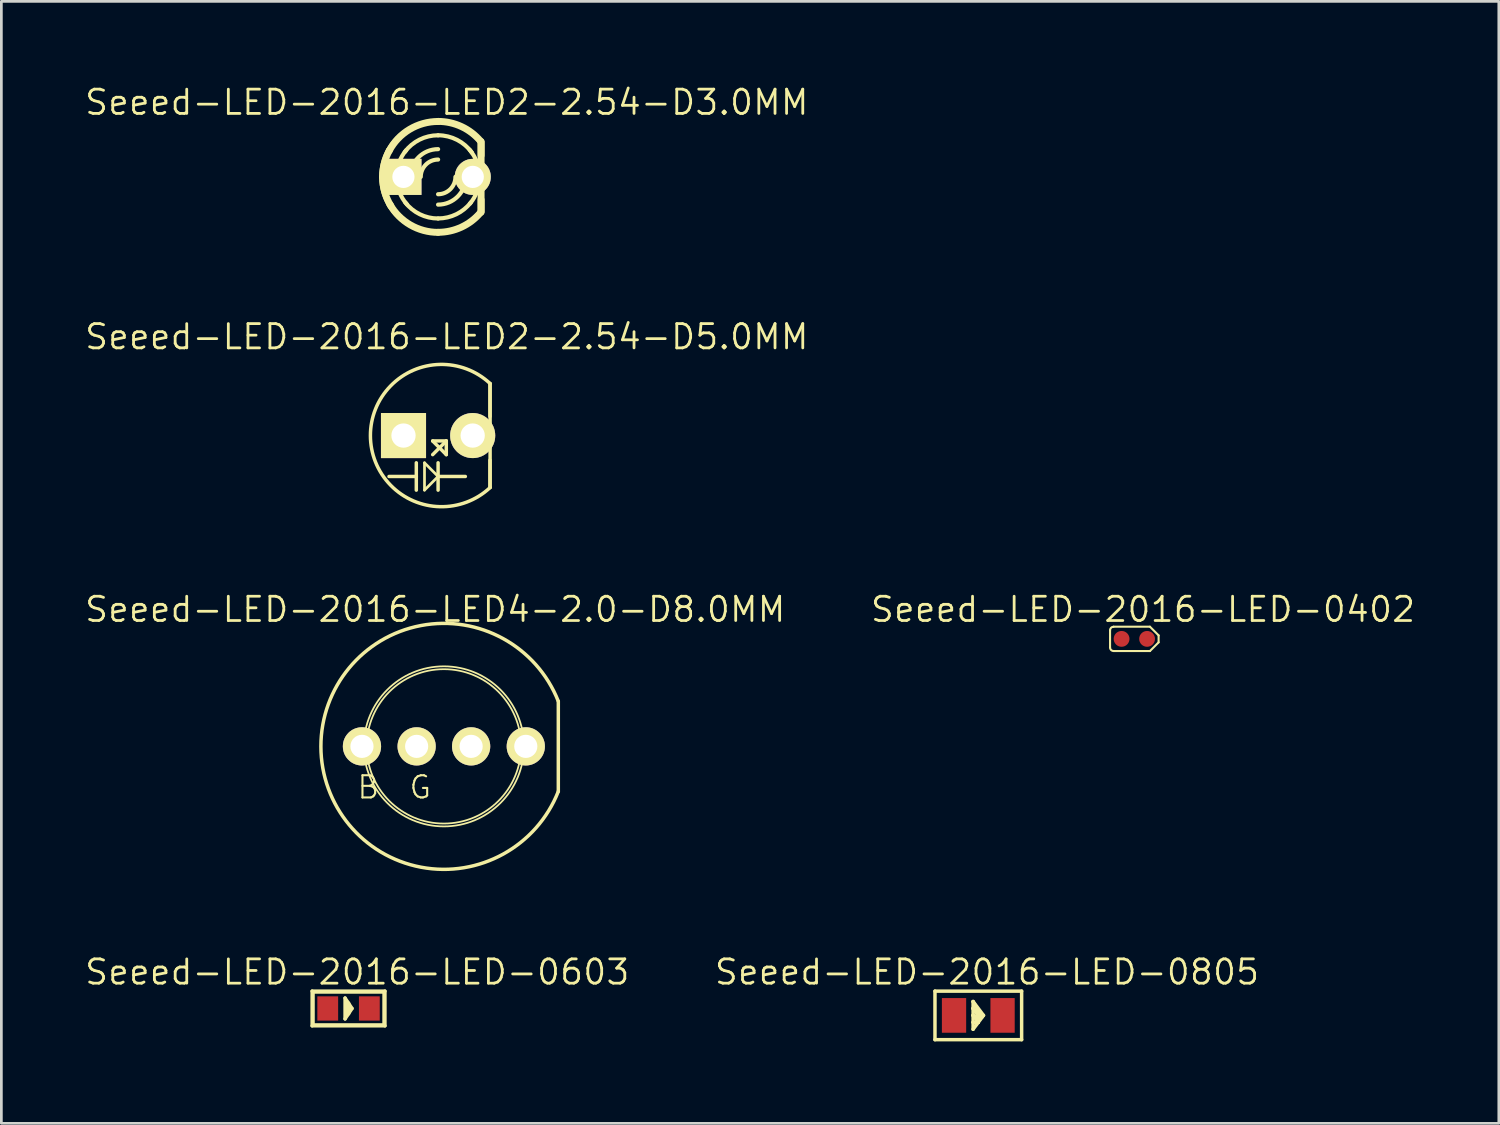
<source format=kicad_pcb>
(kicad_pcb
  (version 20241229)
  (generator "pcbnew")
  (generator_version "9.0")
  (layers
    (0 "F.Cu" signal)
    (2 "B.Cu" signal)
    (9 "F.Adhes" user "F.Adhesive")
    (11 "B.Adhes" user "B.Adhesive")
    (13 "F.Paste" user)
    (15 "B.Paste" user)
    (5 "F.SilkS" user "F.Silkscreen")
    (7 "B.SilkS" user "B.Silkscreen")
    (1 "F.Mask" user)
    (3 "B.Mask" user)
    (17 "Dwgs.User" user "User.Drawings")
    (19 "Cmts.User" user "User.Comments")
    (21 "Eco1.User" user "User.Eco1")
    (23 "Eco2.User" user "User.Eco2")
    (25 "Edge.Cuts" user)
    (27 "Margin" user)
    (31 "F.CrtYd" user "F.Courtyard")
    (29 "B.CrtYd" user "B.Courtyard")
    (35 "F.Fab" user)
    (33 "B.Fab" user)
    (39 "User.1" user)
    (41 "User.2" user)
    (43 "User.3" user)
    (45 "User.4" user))
  (footprint "Seeed-LED-2016-LED-0805"
    (layer "F.Cu")
    (at 32.782 34.141)
    (property "Reference" "Seeed-LED-2016-LED-0805" (at 0.318 -1.587 0) (layer "F.SilkS") (effects (font (size 0.889 0.889) (thickness 0.102))))
    (attr smd)
    (fp_line (start -1.587 -0.889) (end 1.587 -0.889) (stroke (width 0.066) (type solid)) (layer "F.SilkS"))
    (fp_line (start -1.587 -0.889) (end 1.587 -0.889) (stroke (width 0.127) (type solid)) (layer "F.SilkS"))
    (fp_line (start -1.587 0.889) (end -1.587 -0.889) (stroke (width 0.066) (type solid)) (layer "F.SilkS"))
    (fp_line (start -1.587 0.889) (end -1.587 -0.889) (stroke (width 0.127) (type solid)) (layer "F.SilkS"))
    (fp_line (start -1.587 0.889) (end 1.587 0.889) (stroke (width 0.066) (type solid)) (layer "F.SilkS"))
    (fp_line (start -0.191 -0.508) (end -0.191 -0.254) (stroke (width 0.127) (type solid)) (layer "F.SilkS"))
    (fp_line (start -0.191 -0.508) (end 0.127 0.064) (stroke (width 0.127) (type solid)) (layer "F.SilkS"))
    (fp_line (start -0.191 -0.254) (end -0.191 0) (stroke (width 0.127) (type solid)) (layer "F.SilkS"))
    (fp_line (start -0.191 -0.254) (end 0.064 0.127) (stroke (width 0.127) (type solid)) (layer "F.SilkS"))
    (fp_line (start -0.191 0) (end -0.191 0.254) (stroke (width 0.127) (type solid)) (layer "F.SilkS"))
    (fp_line (start -0.191 0) (end 0 0.254) (stroke (width 0.127) (type solid)) (layer "F.SilkS"))
    (fp_line (start -0.191 0.254) (end -0.191 0.508) (stroke (width 0.127) (type solid)) (layer "F.SilkS"))
    (fp_line (start -0.191 0.508) (end 0 0.254) (stroke (width 0.127) (type solid)) (layer "F.SilkS"))
    (fp_line (start 0 0.254) (end -0.191 0.254) (stroke (width 0.127) (type solid)) (layer "F.SilkS"))
    (fp_line (start 0 0.254) (end 0.191 0) (stroke (width 0.127) (type solid)) (layer "F.SilkS"))
    (fp_line (start 0.064 0.127) (end -0.191 0) (stroke (width 0.127) (type solid)) (layer "F.SilkS"))
    (fp_line (start 0.127 0.064) (end -0.191 -0.254) (stroke (width 0.127) (type solid)) (layer "F.SilkS"))
    (fp_line (start 0.191 0) (end -0.191 -0.508) (stroke (width 0.127) (type solid)) (layer "F.SilkS"))
    (fp_line (start 1.587 -0.889) (end 1.587 0.889) (stroke (width 0.127) (type solid)) (layer "F.SilkS"))
    (fp_line (start 1.587 0.889) (end -1.587 0.889) (stroke (width 0.127) (type solid)) (layer "F.SilkS"))
    (fp_line (start 1.587 0.889) (end 1.587 -0.889) (stroke (width 0.066) (type solid)) (layer "F.SilkS"))
    (pad "+" smd rect (at -0.889 0) (size 0.889 1.27) (layers "F.Cu" "F.Mask" "F.Paste"))
    (pad "-" smd rect (at 0.889 0) (size 0.889 1.27) (layers "F.Cu" "F.Mask" "F.Paste")))
  (footprint "Seeed-LED-2016-LED-0603"
    (layer "F.Cu")
    (at 9.716 33.887)
    (property "Reference" "Seeed-LED-2016-LED-0603" (at 0.318 -1.333 0) (layer "F.SilkS") (effects (font (size 0.889 0.889) (thickness 0.102))))
    (attr smd)
    (fp_line (start -1.333 -0.635) (end 1.333 -0.635) (stroke (width 0.127) (type solid)) (layer "F.SilkS"))
    (fp_line (start -1.333 0.635) (end -1.333 -0.635) (stroke (width 0.127) (type solid)) (layer "F.SilkS"))
    (fp_line (start -1.27 -0.572) (end 1.27 -0.572) (stroke (width 0.066) (type solid)) (layer "F.SilkS"))
    (fp_line (start -1.27 0.572) (end -1.27 -0.572) (stroke (width 0.066) (type solid)) (layer "F.SilkS"))
    (fp_line (start -1.27 0.572) (end 1.27 0.572) (stroke (width 0.066) (type solid)) (layer "F.SilkS"))
    (fp_line (start -0.127 -0.381) (end -0.127 0.381) (stroke (width 0.127) (type solid)) (layer "F.SilkS"))
    (fp_line (start -0.127 0.381) (end 0 0.191) (stroke (width 0.127) (type solid)) (layer "F.SilkS"))
    (fp_line (start -0.064 -0.254) (end -0.064 0.254) (stroke (width 0.127) (type solid)) (layer "F.SilkS"))
    (fp_line (start 0 -0.191) (end -0.127 -0.381) (stroke (width 0.127) (type solid)) (layer "F.SilkS"))
    (fp_line (start 0 -0.191) (end 0 0.191) (stroke (width 0.127) (type solid)) (layer "F.SilkS"))
    (fp_line (start 0 0.191) (end 0.127 0) (stroke (width 0.127) (type solid)) (layer "F.SilkS"))
    (fp_line (start 0.127 0) (end 0 -0.191) (stroke (width 0.127) (type solid)) (layer "F.SilkS"))
    (fp_line (start 1.27 0.572) (end 1.27 -0.572) (stroke (width 0.066) (type solid)) (layer "F.SilkS"))
    (fp_line (start 1.333 -0.635) (end 1.333 0.635) (stroke (width 0.127) (type solid)) (layer "F.SilkS"))
    (fp_line (start 1.333 0.635) (end -1.333 0.635) (stroke (width 0.127) (type solid)) (layer "F.SilkS"))
    (pad "+" smd rect (at -0.762 0) (size 0.762 0.889) (layers "F.Cu" "F.Mask" "F.Paste"))
    (pad "-" smd rect (at 0.762 0) (size 0.762 0.889) (layers "F.Cu" "F.Mask" "F.Paste")))
  (footprint "Seeed-LED-2016-LED2-2.54-D3.0MM"
    (layer "F.Cu")
    (at 12.996 3.429)
    (property "Reference" "Seeed-LED-2016-LED2-2.54-D3.0MM" (at 0.318 -2.731 0) (layer "F.SilkS") (effects (font (size 0.889 0.889) (thickness 0.102))))
    (attr exclude_from_pos_files exclude_from_bom)
    (fp_line (start 1.524 1.27) (end 1.524 -1.27) (stroke (width 0.127) (type solid)) (layer "F.SilkS"))
    (fp_line (start 1.575 -1.293) (end 1.575 -0.787) (stroke (width 0.254) (type solid)) (layer "F.SilkS"))
    (fp_line (start 1.575 1.27) (end 1.575 -1.27) (stroke (width 0.254) (type solid)) (layer "F.SilkS"))
    (fp_line (start 1.575 1.293) (end 1.575 0.838) (stroke (width 0.254) (type solid)) (layer "F.SilkS"))
    (fp_arc (start -2.032 0) (mid -1.970347 -0.496745) (end -1.78913 -0.963347) (stroke (width 0.254) (type solid)) (layer "F.SilkS"))
    (fp_arc (start -1.7907 -0.95504) (mid -1.044567 -1.739997) (end -0.000975 -2.02946) (stroke (width 0.254) (type solid)) (layer "F.SilkS"))
    (fp_arc (start -1.72974 1.06426) (mid -1.954164 0.553076) (end -2.030923 0.0001) (stroke (width 0.254) (type solid)) (layer "F.SilkS"))
    (fp_arc (start -1.524 0) (mid -1.432999 -0.518738) (end -1.170864 -0.975527) (stroke (width 0.1524) (type solid)) (layer "F.SilkS"))
    (fp_arc (start -1.2192 -0.9144) (mid -0.681912 -1.362928) (end -0.000801 -1.524) (stroke (width 0.1524) (type solid)) (layer "F.SilkS"))
    (fp_arc (start -1.13792 1.01092) (mid -1.422742 0.540951) (end -1.522111 0.000469) (stroke (width 0.1524) (type solid)) (layer "F.SilkS"))
    (fp_arc (start -1.016 0) (mid -0.71842 -0.71842) (end 0 -1.016) (stroke (width 0.1524) (type solid)) (layer "F.SilkS"))
    (fp_arc (start -0.635 0) (mid -0.449013 -0.449013) (end 0 -0.635) (stroke (width 0.1524) (type solid)) (layer "F.SilkS"))
    (fp_arc (start 0 -2.032) (mid 0.860367 -1.840867) (end 1.55888 -1.303426) (stroke (width 0.254) (type solid)) (layer "F.SilkS"))
    (fp_arc (start 0 -1.524) (mid 0.696618 -1.35547) (end 1.239166 -0.887155) (stroke (width 0.1524) (type solid)) (layer "F.SilkS"))
    (fp_arc (start 0 1.524) (mid -0.669273 1.369179) (end -1.202564 0.936171) (stroke (width 0.1524) (type solid)) (layer "F.SilkS"))
    (fp_arc (start 0 2.032) (mid -1.01907 1.757988) (end -1.763299 1.009851) (stroke (width 0.254) (type solid)) (layer "F.SilkS"))
    (fp_arc (start 0.635 0) (mid 0.449013 0.449013) (end 0 0.635) (stroke (width 0.1524) (type solid)) (layer "F.SilkS"))
    (fp_arc (start 1.016 0) (mid 0.71842 0.71842) (end 0 1.016) (stroke (width 0.1524) (type solid)) (layer "F.SilkS"))
    (fp_arc (start 1.1557 -0.9906) (mid 1.427593 -0.528119) (end 1.522147 -0.000034) (stroke (width 0.1524) (type solid)) (layer "F.SilkS"))
    (fp_arc (start 1.20142 0.93472) (mid 0.668882 1.367373) (end 0.000442 1.522206) (stroke (width 0.1524) (type solid)) (layer "F.SilkS"))
    (fp_arc (start 1.524 0) (mid 1.432999 0.518738) (end 1.170864 0.975527) (stroke (width 0.1524) (type solid)) (layer "F.SilkS"))
    (fp_arc (start 1.524 1.27) (mid -2.096491 0.001426) (end 1.522217 -1.272226) (stroke (width 0.127) (type solid)) (layer "F.SilkS"))
    (fp_arc (start 1.5494 1.31064) (mid 0.855154 1.840416) (end 0.002552 2.029387) (stroke (width 0.254) (type solid)) (layer "F.SilkS"))
    (pad "A" thru_hole rect (at -1.27 0) (size 1.321 1.321) (drill 0.813) (layers "*.Cu" "F.Mask" "F.SilkS" "F.Paste"))
    (pad "K" thru_hole circle (at 1.27 0) (size 1.321 1.321) (drill 0.813) (layers "*.Cu" "F.Mask" "F.SilkS" "F.Paste")))
  (footprint "Seeed-LED-2016-LED-0402"
    (layer "F.Cu")
    (at 38.497 20.35)
    (property "Reference" "Seeed-LED-2016-LED-0402" (at 0.318 -1.079 0) (layer "F.SilkS") (effects (font (size 0.889 0.889) (thickness 0.102))))
    (attr smd)
    (fp_line (start -0.889 0.318) (end -0.889 -0.318) (stroke (width 0.076) (type solid)) (layer "F.SilkS"))
    (fp_line (start -0.762 -0.445) (end 0.572 -0.445) (stroke (width 0.076) (type solid)) (layer "F.SilkS"))
    (fp_line (start 0.572 -0.445) (end 0.889 -0.127) (stroke (width 0.076) (type solid)) (layer "F.SilkS"))
    (fp_line (start 0.572 0.445) (end -0.762 0.445) (stroke (width 0.076) (type solid)) (layer "F.SilkS"))
    (fp_line (start 0.889 -0.127) (end 0.889 0.127) (stroke (width 0.076) (type solid)) (layer "F.SilkS"))
    (fp_line (start 0.889 0.127) (end 0.572 0.445) (stroke (width 0.076) (type solid)) (layer "F.SilkS"))
    (fp_arc (start -0.889 -0.3175) (mid -0.851803 -0.407303) (end -0.762 -0.4445) (stroke (width 0.0762) (type solid)) (layer "F.SilkS"))
    (fp_arc (start -0.762 0.4445) (mid -0.851803 0.407303) (end -0.889 0.3175) (stroke (width 0.0762) (type solid)) (layer "F.SilkS"))
    (pad "+" smd circle (at -0.467 0 90) (size 0.579 0.579) (layers "F.Cu" "F.Mask" "F.Paste"))
    (pad "-" smd circle (at 0.467 0 90) (size 0.579 0.579) (layers "F.Cu" "F.Mask" "F.Paste")))
  (footprint "Seeed-LED-2016-LED4-2.0-D8.0MM"
    (layer "F.Cu")
    (at 13.208 24.287)
    (property "Reference" "Seeed-LED-2016-LED4-2.0-D8.0MM" (at -0.318 -5.016 0) (layer "F.SilkS") (effects (font (size 0.889 0.889) (thickness 0.102))))
    (attr exclude_from_pos_files exclude_from_bom)
    (fp_line (start 4.191 -1.651) (end 4.191 1.651) (stroke (width 0.127) (type solid)) (layer "F.SilkS"))
    (fp_arc (start 4.191 1.651) (mid -4.504472 0.003818) (end 4.188195 -1.658102) (stroke (width 0.127) (type solid)) (layer "F.SilkS"))
    (fp_circle (center 0 0) (end -2.073 2.073) (stroke (width 0.064) (type solid)) (fill no) (layer "F.SilkS"))
    (fp_circle (center 0 0) (end -1.999 1.999) (stroke (width 0.064) (type solid)) (fill no) (layer "F.SilkS"))
    (fp_text user "B" (at -2.769 1.499 0) (layer "F.SilkS") (effects (font (size 0.813 0.813) (thickness 0.076))))
    (fp_text user "G" (at -0.864 1.499 0) (layer "F.SilkS") (effects (font (size 0.813 0.813) (thickness 0.076))))
    (pad "1" thru_hole circle (at 3 0) (size 1.4 1.4) (drill 0.848) (layers "*.Cu" "F.Mask" "F.SilkS" "F.Paste"))
    (pad "2" thru_hole circle (at 0.998 0) (size 1.4 1.4) (drill 0.848) (layers "*.Cu" "F.Mask" "F.SilkS" "F.Paste"))
    (pad "3" thru_hole circle (at -0.998 0) (size 1.4 1.4) (drill 0.848) (layers "*.Cu" "F.Mask" "F.SilkS" "F.Paste"))
    (pad "4" thru_hole circle (at -3 0) (size 1.4 1.4) (drill 0.848) (layers "*.Cu" "F.Mask" "F.SilkS" "F.Paste")))
  (footprint "Seeed-LED-2016-LED2-2.54-D5.0MM"
    (layer "F.Cu")
    (at 12.996 12.903)
    (property "Reference" "Seeed-LED-2016-LED2-2.54-D5.0MM" (at 0.318 -3.617 0) (layer "F.SilkS") (effects (font (size 0.889 0.889) (thickness 0.102))))
    (attr exclude_from_pos_files exclude_from_bom)
    (fp_line (start -1.798 1.499) (end -0.798 1.499) (stroke (width 0.127) (type solid)) (layer "F.SilkS"))
    (fp_line (start -0.798 0.998) (end -0.798 1.499) (stroke (width 0.127) (type solid)) (layer "F.SilkS"))
    (fp_line (start -0.798 1.499) (end -0.798 1.999) (stroke (width 0.127) (type solid)) (layer "F.SilkS"))
    (fp_line (start -0.498 0.998) (end -0.498 1.999) (stroke (width 0.1) (type solid)) (layer "F.SilkS"))
    (fp_line (start -0.498 1.999) (end 0 1.499) (stroke (width 0.1) (type solid)) (layer "F.SilkS"))
    (fp_line (start -0.198 0.198) (end 0.3 0.699) (stroke (width 0.127) (type solid)) (layer "F.SilkS"))
    (fp_line (start -0.198 0.699) (end 0.3 0.198) (stroke (width 0.127) (type solid)) (layer "F.SilkS"))
    (fp_line (start 0 0.998) (end 0 1.499) (stroke (width 0.127) (type solid)) (layer "F.SilkS"))
    (fp_line (start 0 1.499) (end -0.498 0.998) (stroke (width 0.1) (type solid)) (layer "F.SilkS"))
    (fp_line (start 0 1.499) (end 0 1.999) (stroke (width 0.127) (type solid)) (layer "F.SilkS"))
    (fp_line (start 0 1.499) (end 0.998 1.499) (stroke (width 0.127) (type solid)) (layer "F.SilkS"))
    (fp_line (start 0.3 0.198) (end -0.198 0.198) (stroke (width 0.127) (type solid)) (layer "F.SilkS"))
    (fp_line (start 0.3 0.699) (end 0.3 0.198) (stroke (width 0.127) (type solid)) (layer "F.SilkS"))
    (fp_line (start 1.9 -1.9) (end 1.9 -0.699) (stroke (width 0.127) (type solid)) (layer "F.SilkS"))
    (fp_line (start 1.9 1.9) (end 1.9 0.899) (stroke (width 0.127) (type solid)) (layer "F.SilkS"))
    (fp_line (start 1.905 -1.905) (end 1.905 1.905) (stroke (width 0.127) (type solid)) (layer "F.SilkS"))
    (fp_arc (start 1.905 1.905) (mid -2.478822 0.00114) (end 1.903333 -1.906555) (stroke (width 0.127) (type solid)) (layer "F.SilkS"))
    (pad "+" thru_hole rect (at -1.267 0) (size 1.651 1.651) (drill 0.889) (layers "*.Cu" "F.Mask" "F.SilkS" "F.Paste"))
    (pad "-" thru_hole circle (at 1.267 0) (size 1.651 1.651) (drill 0.889) (layers "*.Cu" "F.Mask" "F.SilkS" "F.Paste")))
  (gr_rect
    (start -3 -3)
    (end 51.847 38.094)
    (stroke (width 0.1) (type default))
    (fill no)
    (layer "Edge.Cuts")))
</source>
